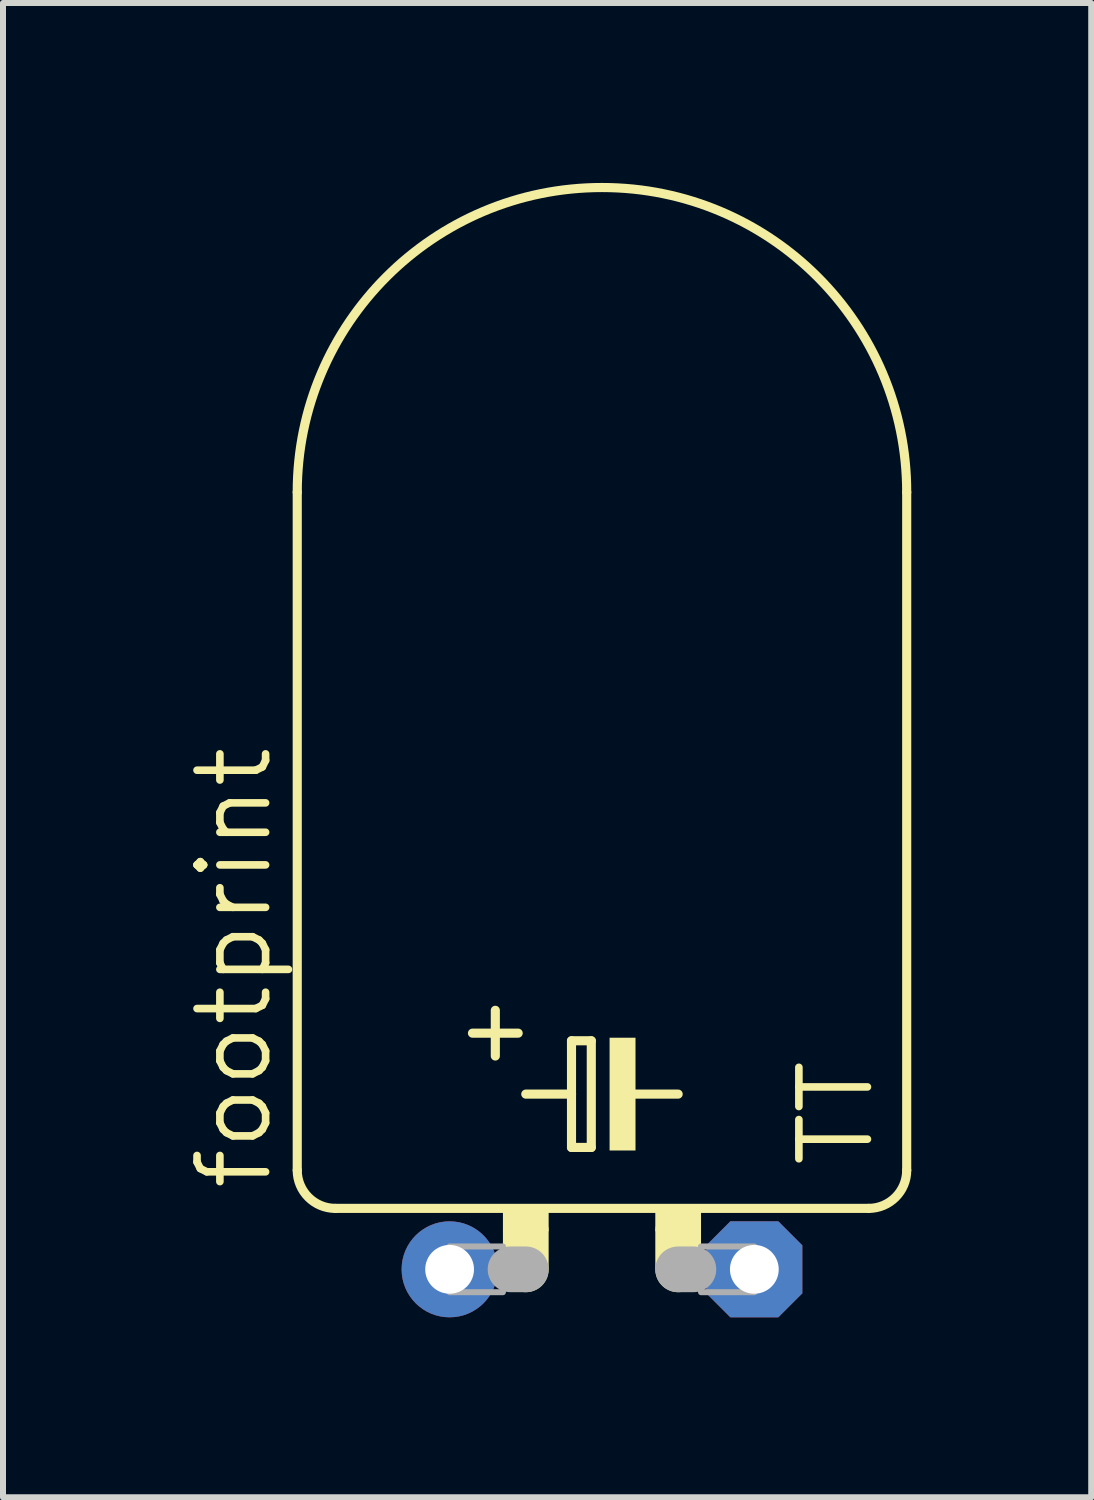
<source format=kicad_pcb>
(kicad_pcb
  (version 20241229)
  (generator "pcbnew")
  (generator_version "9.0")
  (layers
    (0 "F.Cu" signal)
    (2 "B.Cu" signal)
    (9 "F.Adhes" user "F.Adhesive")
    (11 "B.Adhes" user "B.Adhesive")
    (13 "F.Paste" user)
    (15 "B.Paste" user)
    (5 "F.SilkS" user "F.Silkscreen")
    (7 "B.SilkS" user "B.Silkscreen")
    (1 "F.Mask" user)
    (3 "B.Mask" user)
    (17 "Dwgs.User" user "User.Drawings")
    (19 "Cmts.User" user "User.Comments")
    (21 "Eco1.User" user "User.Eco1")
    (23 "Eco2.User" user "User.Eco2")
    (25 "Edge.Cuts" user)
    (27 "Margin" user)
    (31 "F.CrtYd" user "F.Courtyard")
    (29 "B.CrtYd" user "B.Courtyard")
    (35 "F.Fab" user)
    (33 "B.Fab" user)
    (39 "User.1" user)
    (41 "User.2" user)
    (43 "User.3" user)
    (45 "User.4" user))
  (footprint "footprint"
    (layer "F.Cu")
    (at 6.985 18.11)
    (property "Reference" "footprint" (at -5.461 -1.27 90) (layer "F.SilkS") (effects (font (size 1.143 1.143) (thickness 0.127)) (justify left bottom)))
    (fp_line (start -5.08 -12.954) (end -5.08 -1.651) (stroke (width 0.152) (type solid)) (layer "F.SilkS"))
    (fp_line (start -4.445 -1.016) (end 4.445 -1.016) (stroke (width 0.152) (type solid)) (layer "F.SilkS"))
    (fp_line (start -2.159 -3.937) (end -1.397 -3.937) (stroke (width 0.152) (type solid)) (layer "F.SilkS"))
    (fp_line (start -1.778 -4.318) (end -1.778 -3.556) (stroke (width 0.152) (type solid)) (layer "F.SilkS"))
    (fp_line (start -1.27 -2.921) (end -0.508 -2.921) (stroke (width 0.152) (type solid)) (layer "F.SilkS"))
    (fp_line (start -1.27 -0.635) (end -1.27 0) (stroke (width 0.762) (type solid)) (layer "F.SilkS"))
    (fp_line (start -0.508 -3.81) (end -0.508 -2.921) (stroke (width 0.152) (type solid)) (layer "F.SilkS"))
    (fp_line (start -0.508 -2.921) (end -0.508 -2.032) (stroke (width 0.152) (type solid)) (layer "F.SilkS"))
    (fp_line (start -0.508 -2.032) (end -0.178 -2.032) (stroke (width 0.152) (type solid)) (layer "F.SilkS"))
    (fp_line (start -0.178 -3.81) (end -0.508 -3.81) (stroke (width 0.152) (type solid)) (layer "F.SilkS"))
    (fp_line (start -0.178 -2.032) (end -0.178 -3.81) (stroke (width 0.152) (type solid)) (layer "F.SilkS"))
    (fp_line (start 0.508 -2.921) (end 1.27 -2.921) (stroke (width 0.152) (type solid)) (layer "F.SilkS"))
    (fp_line (start 1.27 -0.635) (end 1.27 0) (stroke (width 0.762) (type solid)) (layer "F.SilkS"))
    (fp_line (start 5.08 -12.954) (end 5.08 -1.651) (stroke (width 0.152) (type solid)) (layer "F.SilkS"))
    (fp_arc (start -5.08 -12.954) (mid 0 -18.034) (end 5.08 -12.954) (stroke (width 0.1524) (type solid)) (layer "F.SilkS"))
    (fp_arc (start -4.445 -1.016) (mid -4.894013 -1.201987) (end -5.08 -1.651) (stroke (width 0.1524) (type solid)) (layer "F.SilkS"))
    (fp_arc (start 5.08 -1.651) (mid 4.894013 -1.201987) (end 4.445 -1.016) (stroke (width 0.1524) (type solid)) (layer "F.SilkS"))
    (fp_poly (pts (xy -1.651 -0.635) (xy -0.889 -0.635) (xy -0.889 -1.016) (xy -1.651 -1.016)) (stroke (width 0) (type solid)) (fill yes) (layer "F.SilkS"))
    (fp_poly (pts (xy 0.127 -1.981) (xy 0.559 -1.981) (xy 0.559 -3.861) (xy 0.127 -3.861)) (stroke (width 0) (type solid)) (fill yes) (layer "F.SilkS"))
    (fp_poly (pts (xy 0.889 -0.635) (xy 1.651 -0.635) (xy 1.651 -1.016) (xy 0.889 -1.016)) (stroke (width 0) (type solid)) (fill yes) (layer "F.SilkS"))
    (fp_line (start -1.524 0) (end -1.27 0) (stroke (width 0.762) (type solid)) (layer "F.Fab"))
    (fp_line (start 1.524 0) (end 1.27 0) (stroke (width 0.762) (type solid)) (layer "F.Fab"))
    (fp_poly (pts (xy -2.54 0.381) (xy -1.651 0.381) (xy -1.651 -0.381) (xy -2.54 -0.381)) (stroke (width 0.1) (type solid)) (fill no) (layer "F.Fab"))
    (fp_poly (pts (xy 1.651 0.381) (xy 2.54 0.381) (xy 2.54 -0.381) (xy 1.651 -0.381)) (stroke (width 0.1) (type solid)) (fill no) (layer "F.Fab"))
    (fp_text user "TT" (at 4.572 -1.651 90) (layer "F.SilkS") (effects (font (size 1.143 1.143) (thickness 0.127)) (justify left bottom)))
    (pad "+" thru_hole circle (at -2.54 0) (size 1.6 1.6) (drill 0.813) (layers "*.Cu" "*.Mask"))
    (pad "-" thru_hole roundrect (at 2.54 0) (size 1.6 1.6) (drill 0.813) (layers "*.Cu" "*.Mask") (roundrect_rratio 0.25) (chamfer_ratio 0.25) (chamfer top_left top_right bottom_left bottom_right)))
  (gr_rect
    (start -3 -3)
    (end 15.141 21.91)
    (stroke (width 0.1) (type default))
    (fill no)
    (layer "Edge.Cuts")))
</source>
